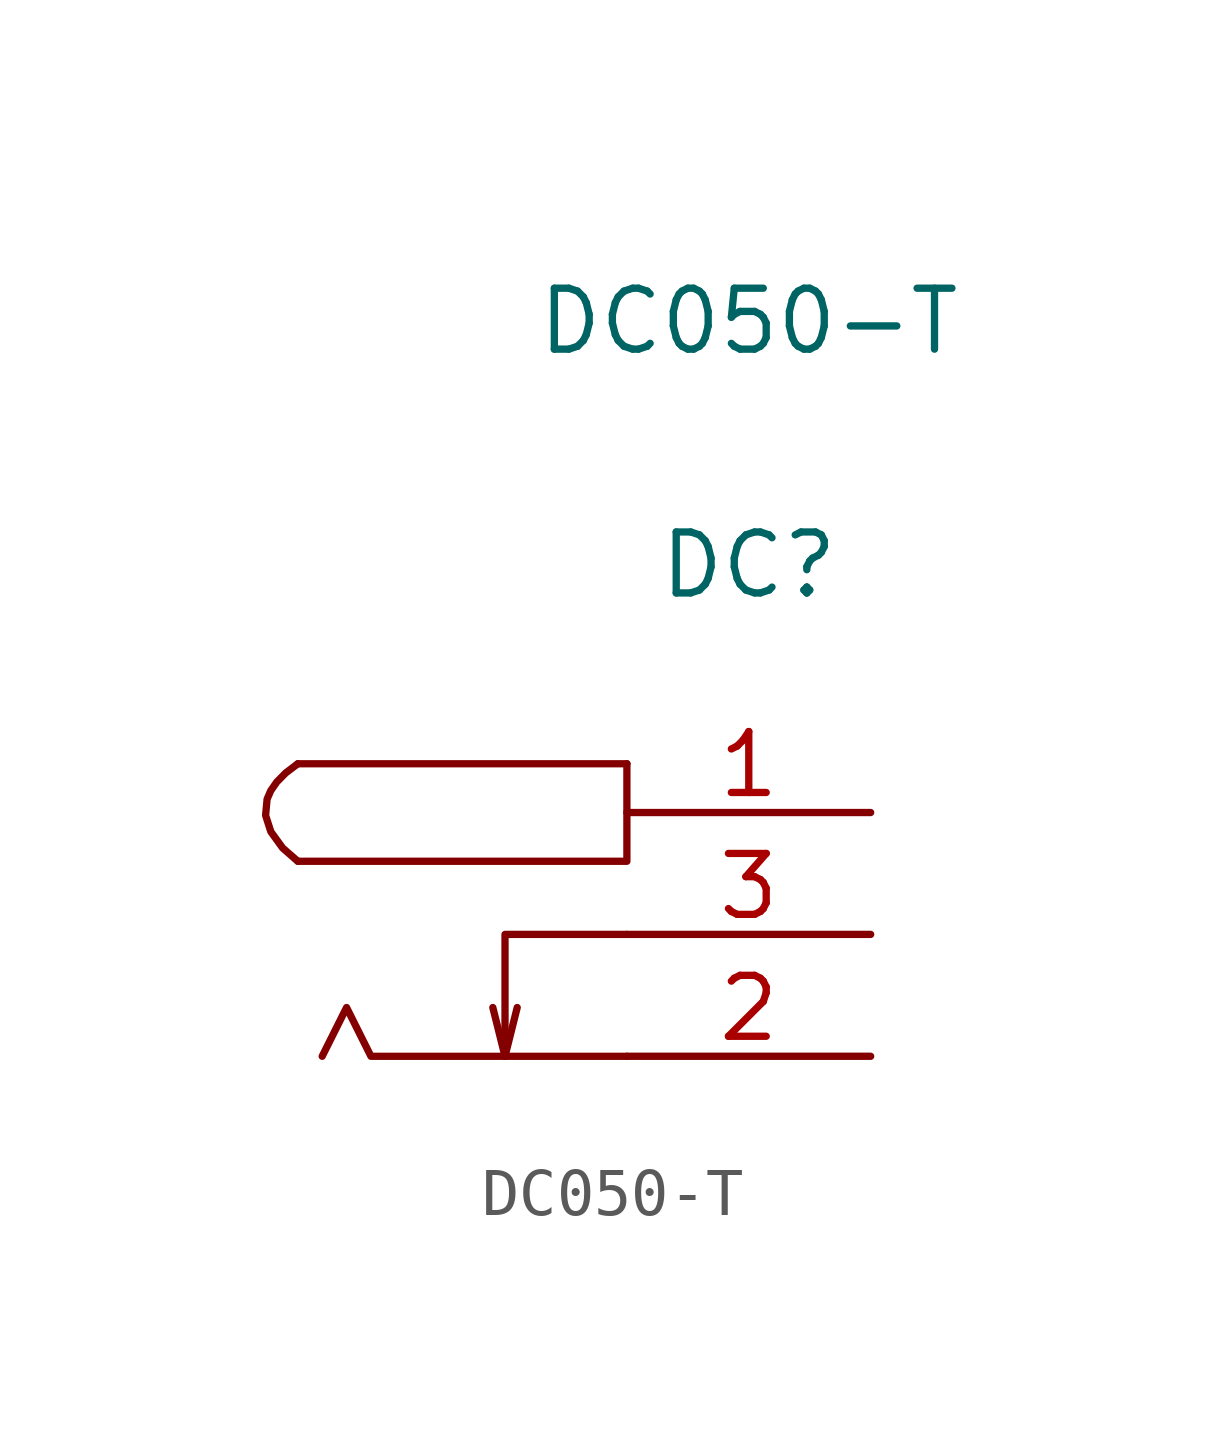
<source format=kicad_sym>
(kicad_symbol_lib
  (version 20220914)
  (generator kicad_symbol_editor)
  (symbol "DC050-T"
    (pin_names
      (offset 1.016) hide)
    (property "Reference" "DC"
      (at 0 7.696 0)
      (effects (font (size 1.27 1.27))))
    (property "Value" "DC050-T"
      (at 0 12.776 0)
      (effects (font (size 1.27 1.27))))
    (symbol "DC050-T_1_1"
      (bezier (pts (xy -9.398 3.556) (xy -10.922 2.54) (xy -9.398 1.524) (xy -9.398 1.524)) (stroke (width 0.152) (type solid)) (fill (type none)))
      (polyline (pts (xy -5.08 -2.54) (xy -5.334 -1.524)) (stroke (width 0.152) (type solid)) (fill (type none)))
      (polyline (pts (xy -5.08 -2.54) (xy -4.826 -1.524)) (stroke (width 0.152) (type solid)) (fill (type none)))
      (polyline (pts (xy -2.54 3.556) (xy -9.398 3.556)) (stroke (width 0.152) (type solid)) (fill (type none)))
      (polyline (pts (xy -2.54 0) (xy -5.08 0) (xy -5.08 -2.54)) (stroke (width 0.152) (type solid)) (fill (type none)))
      (polyline (pts (xy -2.54 3.556) (xy -2.54 1.524) (xy -9.398 1.524)) (stroke (width 0.152) (type solid)) (fill (type none)))
      (polyline (pts (xy -2.54 -2.54) (xy -7.874 -2.54) (xy -8.382 -1.524) (xy -8.89 -2.54)) (stroke (width 0.152) (type solid)) (fill (type none)))
      (pin passive line (at 2.54 2.54 180) (length 5.08) (name "1" (effects (font (size 1.27 1.27)))) (number "1" (effects (font (size 1.27 1.27)))))
      (pin passive line (at 2.54 -2.54 180) (length 5.08) (name "2" (effects (font (size 1.27 1.27)))) (number "2" (effects (font (size 1.27 1.27)))))
      (pin passive line (at 2.54 0 180) (length 5.08) (name "3" (effects (font (size 1.27 1.27)))) (number "3" (effects (font (size 1.27 1.27))))))))
</source>
